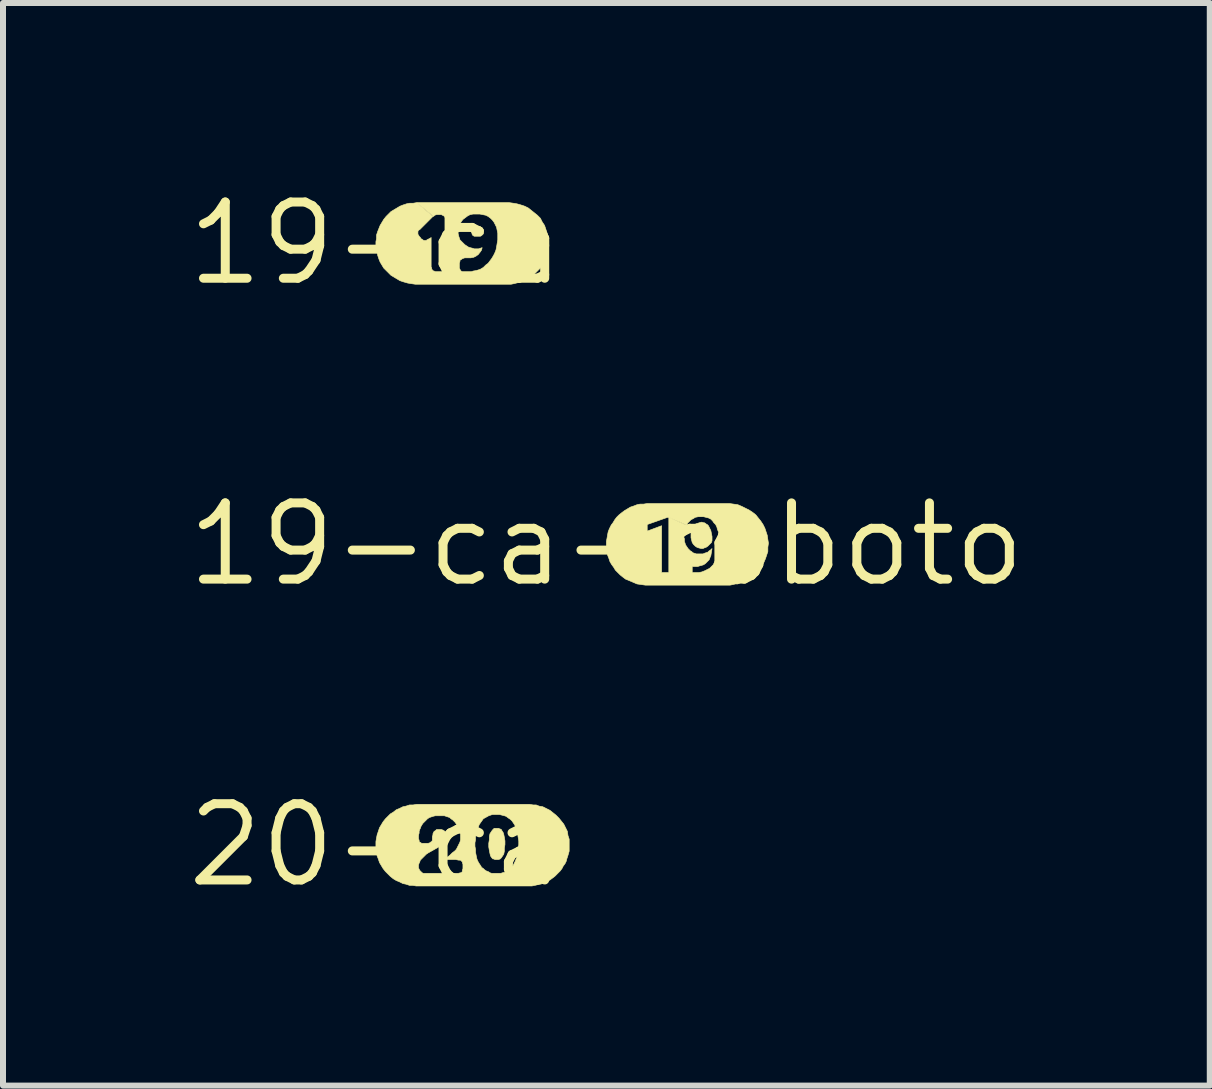
<source format=kicad_pcb>
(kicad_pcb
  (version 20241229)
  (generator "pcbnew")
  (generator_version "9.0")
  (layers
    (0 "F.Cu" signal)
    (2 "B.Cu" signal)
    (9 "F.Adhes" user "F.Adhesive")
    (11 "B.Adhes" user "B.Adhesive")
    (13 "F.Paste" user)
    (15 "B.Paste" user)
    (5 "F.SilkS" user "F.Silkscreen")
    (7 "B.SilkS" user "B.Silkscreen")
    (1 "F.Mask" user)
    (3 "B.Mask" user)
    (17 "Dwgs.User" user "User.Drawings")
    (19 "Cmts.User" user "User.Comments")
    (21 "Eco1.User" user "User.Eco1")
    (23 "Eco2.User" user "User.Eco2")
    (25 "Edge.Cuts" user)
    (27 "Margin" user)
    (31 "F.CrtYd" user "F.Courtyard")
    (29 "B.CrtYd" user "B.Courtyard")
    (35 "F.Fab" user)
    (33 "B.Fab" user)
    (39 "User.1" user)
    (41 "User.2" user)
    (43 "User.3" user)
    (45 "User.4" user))
  (footprint "19-ca-roboto"
    (layer "F.Cu")
    (at 7.053 6.019)
    (property "Reference" "19-ca-roboto" (at 0 0 0) (layer "F.SilkS") (effects (font (size 1.27 1.27) (thickness 0.15))))
    (attr board_only exclude_from_pos_files exclude_from_bom)
    (fp_poly (pts (xy 1.58 0.07) (xy 1.61 0.07) (xy 1.63 0.06) (xy 1.66 0.05) (xy 1.69 0.03) (xy 1.71 0.01) (xy 1.73 -0.01) (xy 1.75 -0.03) (xy 1.76 -0.06) (xy 1.76 -0.13) (xy 1.75 -0.18) (xy 1.74 -0.23) (xy 1.72 -0.27) (xy 1.71 -0.29) (xy 1.7 -0.31) (xy 1.68 -0.33) (xy 1.66 -0.34) (xy 1.65 -0.35) (xy 1.63 -0.36) (xy 1.61 -0.36) (xy 1.59 -0.37) (xy 1.55 -0.36) (xy 1.52 -0.35) (xy 1.49 -0.34) (xy 1.46 -0.31) (xy 1.44 -0.28) (xy 1.42 -0.24) (xy 1.41 -0.2) (xy 1.41 -0.16) (xy 1.41 -0.11) (xy 1.42 -0.07) (xy 1.43 -0.03) (xy 1.45 0) (xy 1.48 0.03) (xy 1.51 0.05) (xy 1.54 0.06) (xy 1.58 0.07)) (stroke (width 0.01) (type solid)) (fill yes) (layer "F.SilkS"))
    (fp_poly (pts (xy 0.68 -0.68) (xy 0.62 -0.67) (xy 0.56 -0.67) (xy 0.51 -0.66) (xy 0.46 -0.64) (xy 0.4 -0.62) (xy 0.35 -0.59) (xy 0.3 -0.56) (xy 0.26 -0.53) (xy 0.21 -0.49) (xy 0.17 -0.45) (xy 0.14 -0.41) (xy 0.11 -0.36) (xy 0.08 -0.32) (xy 0.05 -0.26) (xy 0.03 -0.21) (xy 0.02 -0.16) (xy 0.01 -0.1) (xy 0 -0.05) (xy 0 0.01) (xy 0 0.07) (xy 0.01 0.12) (xy 0.02 0.18) (xy 0.04 0.23) (xy 0.06 0.29) (xy 0.09 0.34) (xy 0.12 0.38) (xy 0.15 0.43) (xy 0.19 0.47) (xy 0.23 0.51) (xy 0.28 0.55) (xy 0.32 0.58) (xy 0.37 0.6) (xy 0.44 0.63) (xy 0.51 0.66) (xy 0.58 0.67) (xy 0.65 0.68) (xy 0.92 0.47) (xy 0.92 -0.31) (xy 0.68 -0.22) (xy 0.68 -0.33) (xy 1.02 -0.45) (xy 1.04 -0.45) (xy 1.34 -0.32) (xy 1.35 -0.35) (xy 1.37 -0.37) (xy 1.39 -0.39) (xy 1.41 -0.41) (xy 1.45 -0.43) (xy 1.48 -0.45) (xy 1.53 -0.46) (xy 1.57 -0.46) (xy 1.62 -0.46) (xy 1.66 -0.45) (xy 1.7 -0.44) (xy 1.74 -0.42) (xy 1.77 -0.39) (xy 1.79 -0.36) (xy 1.82 -0.33) (xy 1.84 -0.29) (xy 1.85 -0.25) (xy 1.87 -0.2) (xy 1.87 -0.15) (xy 1.88 -0.1) (xy 1.88 -0.02) (xy 1.87 0.05) (xy 1.87 0.11) (xy 1.86 0.16) (xy 1.84 0.22) (xy 1.82 0.26) (xy 1.8 0.3) (xy 1.78 0.34) (xy 1.75 0.37) (xy 1.72 0.4) (xy 1.68 0.42) (xy 1.64 0.44) (xy 1.59 0.46) (xy 1.54 0.47) (xy 1.49 0.47) (xy 1.43 0.47) (xy 1.43 0.37) (xy 1.48 0.37) (xy 1.52 0.37) (xy 1.55 0.36) (xy 1.59 0.35) (xy 1.62 0.34) (xy 1.65 0.32) (xy 1.67 0.3) (xy 1.69 0.28) (xy 1.71 0.26) (xy 1.72 0.24) (xy 1.73 0.21) (xy 1.74 0.19) (xy 1.75 0.13) (xy 1.76 0.07) (xy 1.74 0.09) (xy 1.71 0.11) (xy 1.69 0.13) (xy 1.66 0.14) (xy 1.63 0.15) (xy 1.61 0.16) (xy 1.58 0.16) (xy 1.56 0.16) (xy 1.52 0.16) (xy 1.5 0.16) (xy 1.47 0.15) (xy 1.44 0.14) (xy 1.42 0.12) (xy 1.4 0.11) (xy 1.38 0.09) (xy 1.36 0.07) (xy 1.34 0.04) (xy 1.32 0.01) (xy 1.31 -0.02) (xy 1.3 -0.05) (xy 1.3 -0.09) (xy 1.29 -0.12) (xy 1.29 -0.16) (xy 1.3 -0.19) (xy 1.3 -0.23) (xy 1.31 -0.26) (xy 1.32 -0.29) (xy 1.33 -0.32) (xy 1.04 -0.45) (xy 1.04 0.47) (xy 0.92 0.47) (xy 0.65 0.68) (xy 2.02 0.68) (xy 2.06 0.68) (xy 2.11 0.67) (xy 2.15 0.66) (xy 2.19 0.66) (xy 2.23 0.64) (xy 2.27 0.63) (xy 2.3 0.61) (xy 2.34 0.6) (xy 2.38 0.57) (xy 2.41 0.55) (xy 2.44 0.53) (xy 2.47 0.5) (xy 2.5 0.47) (xy 2.53 0.44) (xy 2.56 0.41) (xy 2.58 0.38) (xy 2.6 0.34) (xy 2.62 0.31) (xy 2.65 0.24) (xy 2.67 0.18) (xy 2.69 0.12) (xy 2.69 0.05) (xy 2.7 -0.02) (xy 2.69 -0.08) (xy 2.68 -0.15) (xy 2.66 -0.21) (xy 2.64 -0.27) (xy 2.61 -0.33) (xy 2.57 -0.39) (xy 2.53 -0.44) (xy 2.49 -0.49) (xy 2.44 -0.53) (xy 2.38 -0.57) (xy 2.32 -0.6) (xy 2.26 -0.63) (xy 2.19 -0.66) (xy 2.12 -0.67) (xy 2.05 -0.68) (xy 0.68 -0.68)) (stroke (width 0.01) (type solid)) (fill yes) (layer "F.SilkS")))
  (footprint "20-ca"
    (layer "F.Cu")
    (at 3.213 11.031)
    (property "Reference" "20-ca" (at 0 0 0) (layer "F.SilkS") (effects (font (size 1.27 1.27) (thickness 0.15))))
    (attr board_only exclude_from_pos_files exclude_from_bom)
    (fp_poly (pts (xy 2.01 0.24) (xy 2.04 0.24) (xy 2.07 0.23) (xy 2.09 0.21) (xy 2.11 0.18) (xy 2.13 0.15) (xy 2.14 0.1) (xy 2.14 0.05) (xy 2.15 -0.01) (xy 2.15 -0.07) (xy 2.14 -0.13) (xy 2.13 -0.18) (xy 2.12 -0.21) (xy 2.1 -0.24) (xy 2.09 -0.26) (xy 2.07 -0.27) (xy 2.06 -0.27) (xy 2.05 -0.28) (xy 2.03 -0.28) (xy 2.02 -0.28) (xy 1.99 -0.28) (xy 1.97 -0.28) (xy 1.96 -0.27) (xy 1.94 -0.25) (xy 1.92 -0.22) (xy 1.9 -0.19) (xy 1.89 -0.14) (xy 1.89 -0.09) (xy 1.88 -0.03) (xy 1.88 0.03) (xy 1.89 0.09) (xy 1.9 0.14) (xy 1.91 0.18) (xy 1.93 0.21) (xy 1.94 0.22) (xy 1.95 0.23) (xy 1.97 0.23) (xy 1.98 0.24) (xy 2 0.24) (xy 2.01 0.24)) (stroke (width 0.01) (type solid)) (fill yes) (layer "F.SilkS"))
    (fp_poly (pts (xy 0.68 -0.68) (xy 0.62 -0.67) (xy 0.56 -0.67) (xy 0.5 -0.65) (xy 0.45 -0.64) (xy 0.39 -0.61) (xy 0.34 -0.59) (xy 0.29 -0.55) (xy 0.24 -0.52) (xy 0.2 -0.48) (xy 0.16 -0.44) (xy 0.12 -0.39) (xy 0.09 -0.34) (xy 0.06 -0.29) (xy 0.04 -0.23) (xy 0.02 -0.17) (xy 0.01 -0.12) (xy 0 -0.06) (xy 0 0) (xy 0 0.06) (xy 0.01 0.12) (xy 0.02 0.18) (xy 0.04 0.23) (xy 0.06 0.29) (xy 0.09 0.34) (xy 0.12 0.39) (xy 0.16 0.44) (xy 0.2 0.48) (xy 0.24 0.52) (xy 0.29 0.56) (xy 0.34 0.59) (xy 0.39 0.61) (xy 0.45 0.64) (xy 0.5 0.65) (xy 0.56 0.67) (xy 0.61 0.67) (xy 0.67 0.68) (xy 0.77 0.46) (xy 0.75 0.44) (xy 0.73 0.42) (xy 0.72 0.4) (xy 0.71 0.38) (xy 0.71 0.36) (xy 0.71 0.33) (xy 0.72 0.3) (xy 0.73 0.28) (xy 0.74 0.25) (xy 0.76 0.23) (xy 0.8 0.19) (xy 0.84 0.15) (xy 0.87 0.13) (xy 1.03 0.04) (xy 1.06 0.02) (xy 1.09 -0.01) (xy 1.12 -0.04) (xy 1.15 -0.07) (xy 1.17 -0.1) (xy 1.18 -0.14) (xy 1.18 -0.16) (xy 1.17 -0.19) (xy 1.16 -0.21) (xy 1.15 -0.23) (xy 1.12 -0.25) (xy 1.09 -0.26) (xy 1.06 -0.26) (xy 1.03 -0.26) (xy 1.01 -0.26) (xy 0.99 -0.24) (xy 0.97 -0.23) (xy 0.96 -0.21) (xy 0.95 -0.19) (xy 0.95 -0.17) (xy 0.94 -0.14) (xy 0.94 -0.11) (xy 0.94 -0.08) (xy 0.93 -0.06) (xy 0.91 -0.05) (xy 0.9 -0.04) (xy 0.87 -0.03) (xy 0.85 -0.03) (xy 0.81 -0.03) (xy 0.79 -0.03) (xy 0.76 -0.03) (xy 0.75 -0.04) (xy 0.73 -0.05) (xy 0.72 -0.06) (xy 0.72 -0.08) (xy 0.71 -0.11) (xy 0.71 -0.14) (xy 0.71 -0.17) (xy 0.72 -0.2) (xy 0.72 -0.23) (xy 0.73 -0.26) (xy 0.74 -0.28) (xy 0.75 -0.31) (xy 0.78 -0.36) (xy 0.82 -0.4) (xy 0.84 -0.42) (xy 0.86 -0.44) (xy 0.89 -0.46) (xy 0.92 -0.47) (xy 0.95 -0.48) (xy 0.99 -0.49) (xy 1.02 -0.49) (xy 1.06 -0.49) (xy 1.1 -0.49) (xy 1.14 -0.49) (xy 1.17 -0.48) (xy 1.2 -0.47) (xy 1.23 -0.46) (xy 1.25 -0.44) (xy 1.28 -0.42) (xy 1.3 -0.4) (xy 1.32 -0.38) (xy 1.34 -0.35) (xy 1.37 -0.31) (xy 1.39 -0.27) (xy 1.4 -0.23) (xy 1.41 -0.18) (xy 1.41 -0.14) (xy 1.41 -0.09) (xy 1.66 -0.09) (xy 1.66 -0.14) (xy 1.67 -0.18) (xy 1.68 -0.22) (xy 1.69 -0.27) (xy 1.71 -0.31) (xy 1.72 -0.34) (xy 1.74 -0.37) (xy 1.79 -0.44) (xy 1.88 -0.49) (xy 1.91 -0.5) (xy 1.94 -0.51) (xy 1.98 -0.51) (xy 2.02 -0.51) (xy 2.06 -0.51) (xy 2.1 -0.5) (xy 2.14 -0.49) (xy 2.17 -0.48) (xy 2.21 -0.45) (xy 2.24 -0.43) (xy 2.27 -0.4) (xy 2.29 -0.37) (xy 2.31 -0.34) (xy 2.33 -0.3) (xy 2.34 -0.25) (xy 2.36 -0.19) (xy 2.37 -0.13) (xy 2.38 -0.07) (xy 2.38 -0.01) (xy 2.37 0.05) (xy 2.37 0.11) (xy 2.36 0.17) (xy 2.34 0.22) (xy 2.32 0.27) (xy 2.3 0.31) (xy 2.28 0.35) (xy 2.25 0.38) (xy 2.22 0.41) (xy 2.18 0.43) (xy 2.15 0.45) (xy 2.11 0.46) (xy 2.08 0.47) (xy 2.04 0.47) (xy 2.01 0.47) (xy 1.97 0.47) (xy 1.93 0.47) (xy 1.9 0.46) (xy 1.87 0.44) (xy 1.84 0.43) (xy 1.81 0.41) (xy 1.79 0.39) (xy 1.76 0.37) (xy 1.75 0.35) (xy 1.73 0.32) (xy 1.71 0.29) (xy 1.69 0.25) (xy 1.68 0.22) (xy 1.67 0.17) (xy 1.66 0.12) (xy 1.66 0.07) (xy 1.65 0.02) (xy 1.65 -0.04) (xy 1.66 -0.09) (xy 1.41 -0.09) (xy 1.4 -0.05) (xy 1.38 -0.01) (xy 1.36 0.03) (xy 1.34 0.07) (xy 1.31 0.1) (xy 1.27 0.13) (xy 1.23 0.17) (xy 1.19 0.2) (xy 1.15 0.22) (xy 1.1 0.24) (xy 1.33 0.24) (xy 1.38 0.25) (xy 1.41 0.25) (xy 1.42 0.26) (xy 1.43 0.27) (xy 1.44 0.28) (xy 1.44 0.29) (xy 1.45 0.32) (xy 1.45 0.35) (xy 1.45 0.39) (xy 1.44 0.42) (xy 1.44 0.44) (xy 1.43 0.45) (xy 1.42 0.46) (xy 1.41 0.46) (xy 1.37 0.47) (xy 1.34 0.47) (xy 0.82 0.47) (xy 0.79 0.47) (xy 0.77 0.46) (xy 0.67 0.68) (xy 2.55 0.68) (xy 2.6 0.68) (xy 2.65 0.67) (xy 2.69 0.66) (xy 2.74 0.65) (xy 2.78 0.64) (xy 2.82 0.62) (xy 2.86 0.6) (xy 2.9 0.58) (xy 2.94 0.55) (xy 2.98 0.52) (xy 3.01 0.49) (xy 3.04 0.46) (xy 3.07 0.43) (xy 3.1 0.39) (xy 3.12 0.35) (xy 3.15 0.31) (xy 3.17 0.27) (xy 3.18 0.23) (xy 3.2 0.17) (xy 3.22 0.1) (xy 3.22 0.04) (xy 3.22 -0.03) (xy 3.22 -0.1) (xy 3.2 -0.16) (xy 3.19 -0.23) (xy 3.16 -0.29) (xy 3.13 -0.35) (xy 3.09 -0.4) (xy 3.05 -0.45) (xy 3 -0.5) (xy 2.95 -0.54) (xy 2.9 -0.58) (xy 2.84 -0.61) (xy 2.78 -0.64) (xy 2.72 -0.65) (xy 2.67 -0.67) (xy 2.62 -0.67) (xy 2.56 -0.68) (xy 0.68 -0.68)) (stroke (width 0.01) (type solid)) (fill yes) (layer "F.SilkS")))
  (footprint "19-ca"
    (layer "F.Cu")
    (at 3.213 1.006)
    (property "Reference" "19-ca" (at 0 0 0) (layer "F.SilkS") (effects (font (size 1.27 1.27) (thickness 0.15))))
    (attr board_only exclude_from_pos_files exclude_from_bom)
    (fp_poly (pts (xy 1.69 -0.28) (xy 1.66 -0.28) (xy 1.64 -0.28) (xy 1.63 -0.27) (xy 1.62 -0.26) (xy 1.61 -0.25) (xy 1.6 -0.24) (xy 1.59 -0.22) (xy 1.59 -0.21) (xy 1.59 -0.19) (xy 1.6 -0.17) (xy 1.6 -0.16) (xy 1.61 -0.14) (xy 1.62 -0.13) (xy 1.64 -0.12) (xy 1.65 -0.12) (xy 1.68 -0.12) (xy 1.7 -0.12) (xy 1.72 -0.12) (xy 1.74 -0.12) (xy 1.76 -0.13) (xy 1.78 -0.15) (xy 1.79 -0.16) (xy 1.79 -0.18) (xy 1.79 -0.2) (xy 1.79 -0.23) (xy 1.78 -0.24) (xy 1.77 -0.26) (xy 1.75 -0.27) (xy 1.74 -0.28) (xy 1.72 -0.28) (xy 1.69 -0.28)) (stroke (width 0.01) (type solid)) (fill yes) (layer "F.SilkS"))
    (fp_poly (pts (xy 0.68 -0.68) (xy 0.62 -0.67) (xy 0.56 -0.67) (xy 0.51 -0.66) (xy 0.45 -0.64) (xy 0.4 -0.62) (xy 0.35 -0.59) (xy 0.3 -0.56) (xy 0.25 -0.53) (xy 0.21 -0.49) (xy 0.17 -0.45) (xy 0.13 -0.4) (xy 0.1 -0.35) (xy 0.07 -0.3) (xy 0.05 -0.25) (xy 0.03 -0.2) (xy 0.01 -0.14) (xy 0.01 -0.08) (xy 0 -0.03) (xy 0 0.03) (xy 0.01 0.09) (xy 0.02 0.15) (xy 0.03 0.2) (xy 0.05 0.26) (xy 0.07 0.31) (xy 0.1 0.36) (xy 0.13 0.41) (xy 0.17 0.45) (xy 0.21 0.49) (xy 0.25 0.53) (xy 0.3 0.56) (xy 0.35 0.59) (xy 0.4 0.62) (xy 0.46 0.64) (xy 0.53 0.66) (xy 0.59 0.67) (xy 0.66 0.68) (xy 2.2 0.68) (xy 2.25 0.68) (xy 2.3 0.67) (xy 2.34 0.66) (xy 2.38 0.65) (xy 2.42 0.64) (xy 2.46 0.63) (xy 2.5 0.61) (xy 2.54 0.59) (xy 2.57 0.57) (xy 2.61 0.54) (xy 2.64 0.51) (xy 2.67 0.48) (xy 2.7 0.45) (xy 2.73 0.42) (xy 2.76 0.39) (xy 2.78 0.35) (xy 2.8 0.31) (xy 2.82 0.28) (xy 2.84 0.21) (xy 2.86 0.15) (xy 2.87 0.08) (xy 2.88 0.02) (xy 2.88 -0.05) (xy 2.87 -0.12) (xy 2.85 -0.18) (xy 2.83 -0.24) (xy 2.81 -0.3) (xy 2.77 -0.36) (xy 2.74 -0.42) (xy 2.69 -0.47) (xy 2.64 -0.51) (xy 2.59 -0.55) (xy 2.54 -0.59) (xy 2.48 -0.62) (xy 2.42 -0.64) (xy 2.35 -0.66) (xy 2.29 -0.67) (xy 2.22 -0.68) (xy 0.68 -0.68) (xy 0.96 -0.45) (xy 0.98 -0.47) (xy 1.01 -0.48) (xy 1.03 -0.48) (xy 1.06 -0.48) (xy 1.09 -0.48) (xy 1.13 -0.46) (xy 1.14 -0.45) (xy 1.15 -0.43) (xy 1.15 0.41) (xy 1.39 0.38) (xy 1.39 0.35) (xy 1.39 0.33) (xy 1.4 0.3) (xy 1.4 0.28) (xy 1.42 0.27) (xy 1.43 0.26) (xy 1.45 0.25) (xy 1.48 0.24) (xy 1.55 0.24) (xy 1.58 0.24) (xy 1.63 0.23) (xy 1.67 0.21) (xy 1.68 0.2) (xy 1.7 0.19) (xy 1.74 0.14) (xy 1.76 0.11) (xy 1.77 0.07) (xy 1.74 0.08) (xy 1.71 0.09) (xy 1.68 0.09) (xy 1.64 0.09) (xy 1.61 0.08) (xy 1.57 0.07) (xy 1.54 0.06) (xy 1.51 0.04) (xy 1.48 0.02) (xy 1.45 -0.01) (xy 1.42 -0.04) (xy 1.4 -0.06) (xy 1.39 -0.09) (xy 1.38 -0.12) (xy 1.37 -0.16) (xy 1.37 -0.19) (xy 1.37 -0.24) (xy 1.38 -0.28) (xy 1.4 -0.32) (xy 1.42 -0.36) (xy 1.45 -0.4) (xy 1.49 -0.43) (xy 1.53 -0.46) (xy 1.57 -0.48) (xy 1.62 -0.49) (xy 1.67 -0.49) (xy 1.73 -0.49) (xy 1.78 -0.48) (xy 1.83 -0.47) (xy 1.87 -0.45) (xy 1.91 -0.42) (xy 1.94 -0.39) (xy 1.97 -0.35) (xy 1.99 -0.31) (xy 2.01 -0.27) (xy 2.02 -0.22) (xy 2.03 -0.17) (xy 2.03 -0.12) (xy 2.03 -0.06) (xy 2.02 0) (xy 2.01 0.06) (xy 2 0.11) (xy 1.98 0.16) (xy 1.96 0.2) (xy 1.93 0.25) (xy 1.9 0.29) (xy 1.87 0.33) (xy 1.83 0.36) (xy 1.79 0.4) (xy 1.74 0.43) (xy 1.68 0.45) (xy 1.62 0.46) (xy 1.59 0.47) (xy 1.55 0.47) (xy 1.51 0.47) (xy 1.48 0.47) (xy 1.45 0.47) (xy 1.44 0.47) (xy 1.42 0.46) (xy 1.41 0.45) (xy 1.4 0.43) (xy 1.39 0.41) (xy 1.39 0.38) (xy 1.15 0.41) (xy 1.14 0.43) (xy 1.13 0.45) (xy 1.11 0.47) (xy 1.08 0.47) (xy 1.05 0.47) (xy 1.01 0.47) (xy 0.99 0.47) (xy 0.97 0.46) (xy 0.96 0.46) (xy 0.95 0.45) (xy 0.93 0.43) (xy 0.93 0.41) (xy 0.92 0.39) (xy 0.92 0.36) (xy 0.92 -0.1) (xy 0.91 -0.09) (xy 0.89 -0.08) (xy 0.87 -0.07) (xy 0.85 -0.06) (xy 0.84 -0.05) (xy 0.82 -0.05) (xy 0.81 -0.05) (xy 0.8 -0.05) (xy 0.78 -0.06) (xy 0.77 -0.07) (xy 0.75 -0.08) (xy 0.74 -0.1) (xy 0.72 -0.12) (xy 0.71 -0.14) (xy 0.7 -0.15) (xy 0.7 -0.17) (xy 0.7 -0.18) (xy 0.7 -0.2) (xy 0.71 -0.22) (xy 0.73 -0.23) (xy 0.95 -0.45) (xy 0.68 -0.68)) (stroke (width 0.01) (type solid)) (fill yes) (layer "F.SilkS")))
  (gr_rect
    (start -3 -3)
    (end 17.106 15.037)
    (stroke (width 0.1) (type default))
    (fill no)
    (layer "Edge.Cuts")))
</source>
